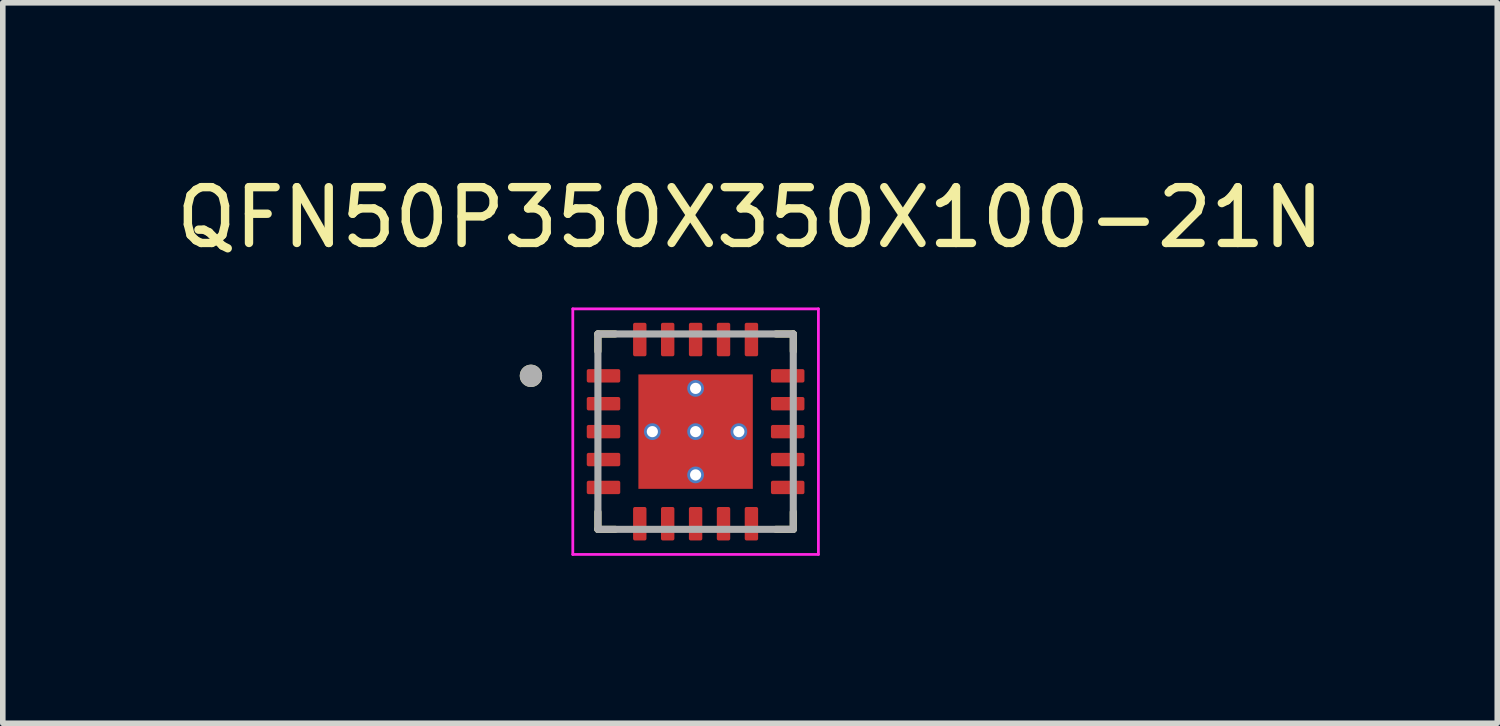
<source format=kicad_pcb>
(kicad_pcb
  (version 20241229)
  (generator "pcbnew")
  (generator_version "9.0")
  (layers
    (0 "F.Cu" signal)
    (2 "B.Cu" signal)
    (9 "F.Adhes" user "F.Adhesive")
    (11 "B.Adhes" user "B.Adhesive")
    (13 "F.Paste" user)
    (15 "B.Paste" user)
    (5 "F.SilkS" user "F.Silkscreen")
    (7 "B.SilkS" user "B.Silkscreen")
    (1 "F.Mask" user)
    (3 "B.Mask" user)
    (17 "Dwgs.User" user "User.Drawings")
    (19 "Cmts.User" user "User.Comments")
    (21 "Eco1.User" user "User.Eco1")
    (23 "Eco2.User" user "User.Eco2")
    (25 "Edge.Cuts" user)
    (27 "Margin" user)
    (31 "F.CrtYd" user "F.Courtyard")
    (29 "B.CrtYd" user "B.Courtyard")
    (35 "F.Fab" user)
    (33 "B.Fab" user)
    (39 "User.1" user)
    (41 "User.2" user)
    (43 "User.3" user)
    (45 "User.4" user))
  (footprint "QFN50P350X350X100-21N"
    (layer "F.Cu")
    (at 9.412 4.683)
    (property "Reference" "QFN50P350X350X100-21N" (at 0.975 -3.835 0) (layer "F.SilkS") (effects (font (size 1 1) (thickness 0.15))))
    (attr smd)
    (fp_poly (pts (xy -1.095 -1.095) (xy 1.095 -1.095) (xy 1.095 1.095) (xy -1.095 1.095)) (stroke (width 0.01) (type solid)) (fill yes) (layer "F.Mask"))
    (fp_poly (pts (xy -2.02 -0.86) (xy -2.02 -1.14) (xy -2.02 -1.143) (xy -2.02 -1.145) (xy -2.019 -1.148) (xy -2.019 -1.15) (xy -2.018 -1.153) (xy -2.018 -1.155) (xy -2.017 -1.158) (xy -2.016 -1.16) (xy -2.015 -1.163) (xy -2.013 -1.165) (xy -2.012 -1.167) (xy -2.01 -1.169) (xy -2.009 -1.171) (xy -2.007 -1.173) (xy -2.005 -1.175) (xy -2.003 -1.177) (xy -2.001 -1.179) (xy -1.999 -1.18) (xy -1.997 -1.182) (xy -1.995 -1.183) (xy -1.993 -1.185) (xy -1.99 -1.186) (xy -1.988 -1.187) (xy -1.985 -1.188) (xy -1.983 -1.188) (xy -1.98 -1.189) (xy -1.978 -1.189) (xy -1.975 -1.19) (xy -1.973 -1.19) (xy -1.97 -1.19) (xy -1.33 -1.19) (xy -1.327 -1.19) (xy -1.325 -1.19) (xy -1.322 -1.189) (xy -1.32 -1.189) (xy -1.317 -1.188) (xy -1.315 -1.188) (xy -1.312 -1.187) (xy -1.31 -1.186) (xy -1.307 -1.185) (xy -1.305 -1.183) (xy -1.303 -1.182) (xy -1.301 -1.18) (xy -1.299 -1.179) (xy -1.297 -1.177) (xy -1.295 -1.175) (xy -1.293 -1.173) (xy -1.291 -1.171) (xy -1.29 -1.169) (xy -1.288 -1.167) (xy -1.287 -1.165) (xy -1.285 -1.163) (xy -1.284 -1.16) (xy -1.283 -1.158) (xy -1.282 -1.155) (xy -1.282 -1.153) (xy -1.281 -1.15) (xy -1.281 -1.148) (xy -1.28 -1.145) (xy -1.28 -1.143) (xy -1.28 -1.14) (xy -1.28 -0.86) (xy -1.28 -0.857) (xy -1.28 -0.855) (xy -1.281 -0.852) (xy -1.281 -0.85) (xy -1.282 -0.847) (xy -1.282 -0.845) (xy -1.283 -0.842) (xy -1.284 -0.84) (xy -1.285 -0.837) (xy -1.287 -0.835) (xy -1.288 -0.833) (xy -1.29 -0.831) (xy -1.291 -0.829) (xy -1.293 -0.827) (xy -1.295 -0.825) (xy -1.297 -0.823) (xy -1.299 -0.821) (xy -1.301 -0.82) (xy -1.303 -0.818) (xy -1.305 -0.817) (xy -1.307 -0.815) (xy -1.31 -0.814) (xy -1.312 -0.813) (xy -1.315 -0.812) (xy -1.317 -0.812) (xy -1.32 -0.811) (xy -1.322 -0.811) (xy -1.325 -0.81) (xy -1.327 -0.81) (xy -1.33 -0.81) (xy -1.97 -0.81) (xy -1.973 -0.81) (xy -1.975 -0.81) (xy -1.978 -0.811) (xy -1.98 -0.811) (xy -1.983 -0.812) (xy -1.985 -0.812) (xy -1.988 -0.813) (xy -1.99 -0.814) (xy -1.993 -0.815) (xy -1.995 -0.817) (xy -1.997 -0.818) (xy -1.999 -0.82) (xy -2.001 -0.821) (xy -2.003 -0.823) (xy -2.005 -0.825) (xy -2.007 -0.827) (xy -2.009 -0.829) (xy -2.01 -0.831) (xy -2.012 -0.833) (xy -2.013 -0.835) (xy -2.015 -0.837) (xy -2.016 -0.84) (xy -2.017 -0.842) (xy -2.018 -0.845) (xy -2.018 -0.847) (xy -2.019 -0.85) (xy -2.019 -0.852) (xy -2.02 -0.855) (xy -2.02 -0.857) (xy -2.02 -0.86)) (stroke (width 0.01) (type solid)) (fill yes) (layer "F.Mask"))
    (fp_poly (pts (xy -2.02 -0.36) (xy -2.02 -0.64) (xy -2.02 -0.643) (xy -2.02 -0.645) (xy -2.019 -0.648) (xy -2.019 -0.65) (xy -2.018 -0.653) (xy -2.018 -0.655) (xy -2.017 -0.658) (xy -2.016 -0.66) (xy -2.015 -0.663) (xy -2.013 -0.665) (xy -2.012 -0.667) (xy -2.01 -0.669) (xy -2.009 -0.671) (xy -2.007 -0.673) (xy -2.005 -0.675) (xy -2.003 -0.677) (xy -2.001 -0.679) (xy -1.999 -0.68) (xy -1.997 -0.682) (xy -1.995 -0.683) (xy -1.993 -0.685) (xy -1.99 -0.686) (xy -1.988 -0.687) (xy -1.985 -0.688) (xy -1.983 -0.688) (xy -1.98 -0.689) (xy -1.978 -0.689) (xy -1.975 -0.69) (xy -1.973 -0.69) (xy -1.97 -0.69) (xy -1.33 -0.69) (xy -1.327 -0.69) (xy -1.325 -0.69) (xy -1.322 -0.689) (xy -1.32 -0.689) (xy -1.317 -0.688) (xy -1.315 -0.688) (xy -1.312 -0.687) (xy -1.31 -0.686) (xy -1.307 -0.685) (xy -1.305 -0.683) (xy -1.303 -0.682) (xy -1.301 -0.68) (xy -1.299 -0.679) (xy -1.297 -0.677) (xy -1.295 -0.675) (xy -1.293 -0.673) (xy -1.291 -0.671) (xy -1.29 -0.669) (xy -1.288 -0.667) (xy -1.287 -0.665) (xy -1.285 -0.663) (xy -1.284 -0.66) (xy -1.283 -0.658) (xy -1.282 -0.655) (xy -1.282 -0.653) (xy -1.281 -0.65) (xy -1.281 -0.648) (xy -1.28 -0.645) (xy -1.28 -0.643) (xy -1.28 -0.64) (xy -1.28 -0.36) (xy -1.28 -0.357) (xy -1.28 -0.355) (xy -1.281 -0.352) (xy -1.281 -0.35) (xy -1.282 -0.347) (xy -1.282 -0.345) (xy -1.283 -0.342) (xy -1.284 -0.34) (xy -1.285 -0.337) (xy -1.287 -0.335) (xy -1.288 -0.333) (xy -1.29 -0.331) (xy -1.291 -0.329) (xy -1.293 -0.327) (xy -1.295 -0.325) (xy -1.297 -0.323) (xy -1.299 -0.321) (xy -1.301 -0.32) (xy -1.303 -0.318) (xy -1.305 -0.317) (xy -1.307 -0.315) (xy -1.31 -0.314) (xy -1.312 -0.313) (xy -1.315 -0.312) (xy -1.317 -0.312) (xy -1.32 -0.311) (xy -1.322 -0.311) (xy -1.325 -0.31) (xy -1.327 -0.31) (xy -1.33 -0.31) (xy -1.97 -0.31) (xy -1.973 -0.31) (xy -1.975 -0.31) (xy -1.978 -0.311) (xy -1.98 -0.311) (xy -1.983 -0.312) (xy -1.985 -0.312) (xy -1.988 -0.313) (xy -1.99 -0.314) (xy -1.993 -0.315) (xy -1.995 -0.317) (xy -1.997 -0.318) (xy -1.999 -0.32) (xy -2.001 -0.321) (xy -2.003 -0.323) (xy -2.005 -0.325) (xy -2.007 -0.327) (xy -2.009 -0.329) (xy -2.01 -0.331) (xy -2.012 -0.333) (xy -2.013 -0.335) (xy -2.015 -0.337) (xy -2.016 -0.34) (xy -2.017 -0.342) (xy -2.018 -0.345) (xy -2.018 -0.347) (xy -2.019 -0.35) (xy -2.019 -0.352) (xy -2.02 -0.355) (xy -2.02 -0.357) (xy -2.02 -0.36)) (stroke (width 0.01) (type solid)) (fill yes) (layer "F.Mask"))
    (fp_poly (pts (xy -2.02 0.14) (xy -2.02 -0.14) (xy -2.02 -0.143) (xy -2.02 -0.145) (xy -2.019 -0.148) (xy -2.019 -0.15) (xy -2.018 -0.153) (xy -2.018 -0.155) (xy -2.017 -0.158) (xy -2.016 -0.16) (xy -2.015 -0.163) (xy -2.013 -0.165) (xy -2.012 -0.167) (xy -2.01 -0.169) (xy -2.009 -0.171) (xy -2.007 -0.173) (xy -2.005 -0.175) (xy -2.003 -0.177) (xy -2.001 -0.179) (xy -1.999 -0.18) (xy -1.997 -0.182) (xy -1.995 -0.183) (xy -1.993 -0.185) (xy -1.99 -0.186) (xy -1.988 -0.187) (xy -1.985 -0.188) (xy -1.983 -0.188) (xy -1.98 -0.189) (xy -1.978 -0.189) (xy -1.975 -0.19) (xy -1.973 -0.19) (xy -1.97 -0.19) (xy -1.33 -0.19) (xy -1.327 -0.19) (xy -1.325 -0.19) (xy -1.322 -0.189) (xy -1.32 -0.189) (xy -1.317 -0.188) (xy -1.315 -0.188) (xy -1.312 -0.187) (xy -1.31 -0.186) (xy -1.307 -0.185) (xy -1.305 -0.183) (xy -1.303 -0.182) (xy -1.301 -0.18) (xy -1.299 -0.179) (xy -1.297 -0.177) (xy -1.295 -0.175) (xy -1.293 -0.173) (xy -1.291 -0.171) (xy -1.29 -0.169) (xy -1.288 -0.167) (xy -1.287 -0.165) (xy -1.285 -0.163) (xy -1.284 -0.16) (xy -1.283 -0.158) (xy -1.282 -0.155) (xy -1.282 -0.153) (xy -1.281 -0.15) (xy -1.281 -0.148) (xy -1.28 -0.145) (xy -1.28 -0.143) (xy -1.28 -0.14) (xy -1.28 0.14) (xy -1.28 0.143) (xy -1.28 0.145) (xy -1.281 0.148) (xy -1.281 0.15) (xy -1.282 0.153) (xy -1.282 0.155) (xy -1.283 0.158) (xy -1.284 0.16) (xy -1.285 0.163) (xy -1.287 0.165) (xy -1.288 0.167) (xy -1.29 0.169) (xy -1.291 0.171) (xy -1.293 0.173) (xy -1.295 0.175) (xy -1.297 0.177) (xy -1.299 0.179) (xy -1.301 0.18) (xy -1.303 0.182) (xy -1.305 0.183) (xy -1.307 0.185) (xy -1.31 0.186) (xy -1.312 0.187) (xy -1.315 0.188) (xy -1.317 0.188) (xy -1.32 0.189) (xy -1.322 0.189) (xy -1.325 0.19) (xy -1.327 0.19) (xy -1.33 0.19) (xy -1.97 0.19) (xy -1.973 0.19) (xy -1.975 0.19) (xy -1.978 0.189) (xy -1.98 0.189) (xy -1.983 0.188) (xy -1.985 0.188) (xy -1.988 0.187) (xy -1.99 0.186) (xy -1.993 0.185) (xy -1.995 0.183) (xy -1.997 0.182) (xy -1.999 0.18) (xy -2.001 0.179) (xy -2.003 0.177) (xy -2.005 0.175) (xy -2.007 0.173) (xy -2.009 0.171) (xy -2.01 0.169) (xy -2.012 0.167) (xy -2.013 0.165) (xy -2.015 0.163) (xy -2.016 0.16) (xy -2.017 0.158) (xy -2.018 0.155) (xy -2.018 0.153) (xy -2.019 0.15) (xy -2.019 0.148) (xy -2.02 0.145) (xy -2.02 0.143) (xy -2.02 0.14)) (stroke (width 0.01) (type solid)) (fill yes) (layer "F.Mask"))
    (fp_poly (pts (xy -2.02 0.64) (xy -2.02 0.36) (xy -2.02 0.357) (xy -2.02 0.355) (xy -2.019 0.352) (xy -2.019 0.35) (xy -2.018 0.347) (xy -2.018 0.345) (xy -2.017 0.342) (xy -2.016 0.34) (xy -2.015 0.337) (xy -2.013 0.335) (xy -2.012 0.333) (xy -2.01 0.331) (xy -2.009 0.329) (xy -2.007 0.327) (xy -2.005 0.325) (xy -2.003 0.323) (xy -2.001 0.321) (xy -1.999 0.32) (xy -1.997 0.318) (xy -1.995 0.317) (xy -1.993 0.315) (xy -1.99 0.314) (xy -1.988 0.313) (xy -1.985 0.312) (xy -1.983 0.312) (xy -1.98 0.311) (xy -1.978 0.311) (xy -1.975 0.31) (xy -1.973 0.31) (xy -1.97 0.31) (xy -1.33 0.31) (xy -1.327 0.31) (xy -1.325 0.31) (xy -1.322 0.311) (xy -1.32 0.311) (xy -1.317 0.312) (xy -1.315 0.312) (xy -1.312 0.313) (xy -1.31 0.314) (xy -1.307 0.315) (xy -1.305 0.317) (xy -1.303 0.318) (xy -1.301 0.32) (xy -1.299 0.321) (xy -1.297 0.323) (xy -1.295 0.325) (xy -1.293 0.327) (xy -1.291 0.329) (xy -1.29 0.331) (xy -1.288 0.333) (xy -1.287 0.335) (xy -1.285 0.337) (xy -1.284 0.34) (xy -1.283 0.342) (xy -1.282 0.345) (xy -1.282 0.347) (xy -1.281 0.35) (xy -1.281 0.352) (xy -1.28 0.355) (xy -1.28 0.357) (xy -1.28 0.36) (xy -1.28 0.64) (xy -1.28 0.643) (xy -1.28 0.645) (xy -1.281 0.648) (xy -1.281 0.65) (xy -1.282 0.653) (xy -1.282 0.655) (xy -1.283 0.658) (xy -1.284 0.66) (xy -1.285 0.663) (xy -1.287 0.665) (xy -1.288 0.667) (xy -1.29 0.669) (xy -1.291 0.671) (xy -1.293 0.673) (xy -1.295 0.675) (xy -1.297 0.677) (xy -1.299 0.679) (xy -1.301 0.68) (xy -1.303 0.682) (xy -1.305 0.683) (xy -1.307 0.685) (xy -1.31 0.686) (xy -1.312 0.687) (xy -1.315 0.688) (xy -1.317 0.688) (xy -1.32 0.689) (xy -1.322 0.689) (xy -1.325 0.69) (xy -1.327 0.69) (xy -1.33 0.69) (xy -1.97 0.69) (xy -1.973 0.69) (xy -1.975 0.69) (xy -1.978 0.689) (xy -1.98 0.689) (xy -1.983 0.688) (xy -1.985 0.688) (xy -1.988 0.687) (xy -1.99 0.686) (xy -1.993 0.685) (xy -1.995 0.683) (xy -1.997 0.682) (xy -1.999 0.68) (xy -2.001 0.679) (xy -2.003 0.677) (xy -2.005 0.675) (xy -2.007 0.673) (xy -2.009 0.671) (xy -2.01 0.669) (xy -2.012 0.667) (xy -2.013 0.665) (xy -2.015 0.663) (xy -2.016 0.66) (xy -2.017 0.658) (xy -2.018 0.655) (xy -2.018 0.653) (xy -2.019 0.65) (xy -2.019 0.648) (xy -2.02 0.645) (xy -2.02 0.643) (xy -2.02 0.64)) (stroke (width 0.01) (type solid)) (fill yes) (layer "F.Mask"))
    (fp_poly (pts (xy -2.02 1.14) (xy -2.02 0.86) (xy -2.02 0.857) (xy -2.02 0.855) (xy -2.019 0.852) (xy -2.019 0.85) (xy -2.018 0.847) (xy -2.018 0.845) (xy -2.017 0.842) (xy -2.016 0.84) (xy -2.015 0.837) (xy -2.013 0.835) (xy -2.012 0.833) (xy -2.01 0.831) (xy -2.009 0.829) (xy -2.007 0.827) (xy -2.005 0.825) (xy -2.003 0.823) (xy -2.001 0.821) (xy -1.999 0.82) (xy -1.997 0.818) (xy -1.995 0.817) (xy -1.993 0.815) (xy -1.99 0.814) (xy -1.988 0.813) (xy -1.985 0.812) (xy -1.983 0.812) (xy -1.98 0.811) (xy -1.978 0.811) (xy -1.975 0.81) (xy -1.973 0.81) (xy -1.97 0.81) (xy -1.33 0.81) (xy -1.327 0.81) (xy -1.325 0.81) (xy -1.322 0.811) (xy -1.32 0.811) (xy -1.317 0.812) (xy -1.315 0.812) (xy -1.312 0.813) (xy -1.31 0.814) (xy -1.307 0.815) (xy -1.305 0.817) (xy -1.303 0.818) (xy -1.301 0.82) (xy -1.299 0.821) (xy -1.297 0.823) (xy -1.295 0.825) (xy -1.293 0.827) (xy -1.291 0.829) (xy -1.29 0.831) (xy -1.288 0.833) (xy -1.287 0.835) (xy -1.285 0.837) (xy -1.284 0.84) (xy -1.283 0.842) (xy -1.282 0.845) (xy -1.282 0.847) (xy -1.281 0.85) (xy -1.281 0.852) (xy -1.28 0.855) (xy -1.28 0.857) (xy -1.28 0.86) (xy -1.28 1.14) (xy -1.28 1.143) (xy -1.28 1.145) (xy -1.281 1.148) (xy -1.281 1.15) (xy -1.282 1.153) (xy -1.282 1.155) (xy -1.283 1.158) (xy -1.284 1.16) (xy -1.285 1.163) (xy -1.287 1.165) (xy -1.288 1.167) (xy -1.29 1.169) (xy -1.291 1.171) (xy -1.293 1.173) (xy -1.295 1.175) (xy -1.297 1.177) (xy -1.299 1.179) (xy -1.301 1.18) (xy -1.303 1.182) (xy -1.305 1.183) (xy -1.307 1.185) (xy -1.31 1.186) (xy -1.312 1.187) (xy -1.315 1.188) (xy -1.317 1.188) (xy -1.32 1.189) (xy -1.322 1.189) (xy -1.325 1.19) (xy -1.327 1.19) (xy -1.33 1.19) (xy -1.97 1.19) (xy -1.973 1.19) (xy -1.975 1.19) (xy -1.978 1.189) (xy -1.98 1.189) (xy -1.983 1.188) (xy -1.985 1.188) (xy -1.988 1.187) (xy -1.99 1.186) (xy -1.993 1.185) (xy -1.995 1.183) (xy -1.997 1.182) (xy -1.999 1.18) (xy -2.001 1.179) (xy -2.003 1.177) (xy -2.005 1.175) (xy -2.007 1.173) (xy -2.009 1.171) (xy -2.01 1.169) (xy -2.012 1.167) (xy -2.013 1.165) (xy -2.015 1.163) (xy -2.016 1.16) (xy -2.017 1.158) (xy -2.018 1.155) (xy -2.018 1.153) (xy -2.019 1.15) (xy -2.019 1.148) (xy -2.02 1.145) (xy -2.02 1.143) (xy -2.02 1.14)) (stroke (width 0.01) (type solid)) (fill yes) (layer "F.Mask"))
    (fp_poly (pts (xy -0.81 -1.97) (xy -0.81 -1.33) (xy -0.81 -1.327) (xy -0.81 -1.325) (xy -0.811 -1.322) (xy -0.811 -1.32) (xy -0.812 -1.317) (xy -0.812 -1.315) (xy -0.813 -1.312) (xy -0.814 -1.31) (xy -0.815 -1.307) (xy -0.817 -1.305) (xy -0.818 -1.303) (xy -0.82 -1.301) (xy -0.821 -1.299) (xy -0.823 -1.297) (xy -0.825 -1.295) (xy -0.827 -1.293) (xy -0.829 -1.291) (xy -0.831 -1.29) (xy -0.833 -1.288) (xy -0.835 -1.287) (xy -0.837 -1.285) (xy -0.84 -1.284) (xy -0.842 -1.283) (xy -0.845 -1.282) (xy -0.847 -1.282) (xy -0.85 -1.281) (xy -0.852 -1.281) (xy -0.855 -1.28) (xy -0.857 -1.28) (xy -0.86 -1.28) (xy -1.14 -1.28) (xy -1.143 -1.28) (xy -1.145 -1.28) (xy -1.148 -1.281) (xy -1.15 -1.281) (xy -1.153 -1.282) (xy -1.155 -1.282) (xy -1.158 -1.283) (xy -1.16 -1.284) (xy -1.163 -1.285) (xy -1.165 -1.287) (xy -1.167 -1.288) (xy -1.169 -1.29) (xy -1.171 -1.291) (xy -1.173 -1.293) (xy -1.175 -1.295) (xy -1.177 -1.297) (xy -1.179 -1.299) (xy -1.18 -1.301) (xy -1.182 -1.303) (xy -1.183 -1.305) (xy -1.185 -1.307) (xy -1.186 -1.31) (xy -1.187 -1.312) (xy -1.188 -1.315) (xy -1.188 -1.317) (xy -1.189 -1.32) (xy -1.189 -1.322) (xy -1.19 -1.325) (xy -1.19 -1.327) (xy -1.19 -1.33) (xy -1.19 -1.97) (xy -1.19 -1.973) (xy -1.19 -1.975) (xy -1.189 -1.978) (xy -1.189 -1.98) (xy -1.188 -1.983) (xy -1.188 -1.985) (xy -1.187 -1.988) (xy -1.186 -1.99) (xy -1.185 -1.993) (xy -1.183 -1.995) (xy -1.182 -1.997) (xy -1.18 -1.999) (xy -1.179 -2.001) (xy -1.177 -2.003) (xy -1.175 -2.005) (xy -1.173 -2.007) (xy -1.171 -2.009) (xy -1.169 -2.01) (xy -1.167 -2.012) (xy -1.165 -2.013) (xy -1.163 -2.015) (xy -1.16 -2.016) (xy -1.158 -2.017) (xy -1.155 -2.018) (xy -1.153 -2.018) (xy -1.15 -2.019) (xy -1.148 -2.019) (xy -1.145 -2.02) (xy -1.143 -2.02) (xy -1.14 -2.02) (xy -0.86 -2.02) (xy -0.857 -2.02) (xy -0.855 -2.02) (xy -0.852 -2.019) (xy -0.85 -2.019) (xy -0.847 -2.018) (xy -0.845 -2.018) (xy -0.842 -2.017) (xy -0.84 -2.016) (xy -0.837 -2.015) (xy -0.835 -2.013) (xy -0.833 -2.012) (xy -0.831 -2.01) (xy -0.829 -2.009) (xy -0.827 -2.007) (xy -0.825 -2.005) (xy -0.823 -2.003) (xy -0.821 -2.001) (xy -0.82 -1.999) (xy -0.818 -1.997) (xy -0.817 -1.995) (xy -0.815 -1.993) (xy -0.814 -1.99) (xy -0.813 -1.988) (xy -0.812 -1.985) (xy -0.812 -1.983) (xy -0.811 -1.98) (xy -0.811 -1.978) (xy -0.81 -1.975) (xy -0.81 -1.973) (xy -0.81 -1.97)) (stroke (width 0.01) (type solid)) (fill yes) (layer "F.Mask"))
    (fp_poly (pts (xy -0.81 1.33) (xy -0.81 1.97) (xy -0.81 1.973) (xy -0.81 1.975) (xy -0.811 1.978) (xy -0.811 1.98) (xy -0.812 1.983) (xy -0.812 1.985) (xy -0.813 1.988) (xy -0.814 1.99) (xy -0.815 1.993) (xy -0.817 1.995) (xy -0.818 1.997) (xy -0.82 1.999) (xy -0.821 2.001) (xy -0.823 2.003) (xy -0.825 2.005) (xy -0.827 2.007) (xy -0.829 2.009) (xy -0.831 2.01) (xy -0.833 2.012) (xy -0.835 2.013) (xy -0.837 2.015) (xy -0.84 2.016) (xy -0.842 2.017) (xy -0.845 2.018) (xy -0.847 2.018) (xy -0.85 2.019) (xy -0.852 2.019) (xy -0.855 2.02) (xy -0.857 2.02) (xy -0.86 2.02) (xy -1.14 2.02) (xy -1.143 2.02) (xy -1.145 2.02) (xy -1.148 2.019) (xy -1.15 2.019) (xy -1.153 2.018) (xy -1.155 2.018) (xy -1.158 2.017) (xy -1.16 2.016) (xy -1.163 2.015) (xy -1.165 2.013) (xy -1.167 2.012) (xy -1.169 2.01) (xy -1.171 2.009) (xy -1.173 2.007) (xy -1.175 2.005) (xy -1.177 2.003) (xy -1.179 2.001) (xy -1.18 1.999) (xy -1.182 1.997) (xy -1.183 1.995) (xy -1.185 1.993) (xy -1.186 1.99) (xy -1.187 1.988) (xy -1.188 1.985) (xy -1.188 1.983) (xy -1.189 1.98) (xy -1.189 1.978) (xy -1.19 1.975) (xy -1.19 1.973) (xy -1.19 1.97) (xy -1.19 1.33) (xy -1.19 1.327) (xy -1.19 1.325) (xy -1.189 1.322) (xy -1.189 1.32) (xy -1.188 1.317) (xy -1.188 1.315) (xy -1.187 1.312) (xy -1.186 1.31) (xy -1.185 1.307) (xy -1.183 1.305) (xy -1.182 1.303) (xy -1.18 1.301) (xy -1.179 1.299) (xy -1.177 1.297) (xy -1.175 1.295) (xy -1.173 1.293) (xy -1.171 1.291) (xy -1.169 1.29) (xy -1.167 1.288) (xy -1.165 1.287) (xy -1.163 1.285) (xy -1.16 1.284) (xy -1.158 1.283) (xy -1.155 1.282) (xy -1.153 1.282) (xy -1.15 1.281) (xy -1.148 1.281) (xy -1.145 1.28) (xy -1.143 1.28) (xy -1.14 1.28) (xy -0.86 1.28) (xy -0.857 1.28) (xy -0.855 1.28) (xy -0.852 1.281) (xy -0.85 1.281) (xy -0.847 1.282) (xy -0.845 1.282) (xy -0.842 1.283) (xy -0.84 1.284) (xy -0.837 1.285) (xy -0.835 1.287) (xy -0.833 1.288) (xy -0.831 1.29) (xy -0.829 1.291) (xy -0.827 1.293) (xy -0.825 1.295) (xy -0.823 1.297) (xy -0.821 1.299) (xy -0.82 1.301) (xy -0.818 1.303) (xy -0.817 1.305) (xy -0.815 1.307) (xy -0.814 1.31) (xy -0.813 1.312) (xy -0.812 1.315) (xy -0.812 1.317) (xy -0.811 1.32) (xy -0.811 1.322) (xy -0.81 1.325) (xy -0.81 1.327) (xy -0.81 1.33)) (stroke (width 0.01) (type solid)) (fill yes) (layer "F.Mask"))
    (fp_poly (pts (xy -0.31 -1.97) (xy -0.31 -1.33) (xy -0.31 -1.327) (xy -0.31 -1.325) (xy -0.311 -1.322) (xy -0.311 -1.32) (xy -0.312 -1.317) (xy -0.312 -1.315) (xy -0.313 -1.312) (xy -0.314 -1.31) (xy -0.315 -1.307) (xy -0.317 -1.305) (xy -0.318 -1.303) (xy -0.32 -1.301) (xy -0.321 -1.299) (xy -0.323 -1.297) (xy -0.325 -1.295) (xy -0.327 -1.293) (xy -0.329 -1.291) (xy -0.331 -1.29) (xy -0.333 -1.288) (xy -0.335 -1.287) (xy -0.337 -1.285) (xy -0.34 -1.284) (xy -0.342 -1.283) (xy -0.345 -1.282) (xy -0.347 -1.282) (xy -0.35 -1.281) (xy -0.352 -1.281) (xy -0.355 -1.28) (xy -0.357 -1.28) (xy -0.36 -1.28) (xy -0.64 -1.28) (xy -0.643 -1.28) (xy -0.645 -1.28) (xy -0.648 -1.281) (xy -0.65 -1.281) (xy -0.653 -1.282) (xy -0.655 -1.282) (xy -0.658 -1.283) (xy -0.66 -1.284) (xy -0.663 -1.285) (xy -0.665 -1.287) (xy -0.667 -1.288) (xy -0.669 -1.29) (xy -0.671 -1.291) (xy -0.673 -1.293) (xy -0.675 -1.295) (xy -0.677 -1.297) (xy -0.679 -1.299) (xy -0.68 -1.301) (xy -0.682 -1.303) (xy -0.683 -1.305) (xy -0.685 -1.307) (xy -0.686 -1.31) (xy -0.687 -1.312) (xy -0.688 -1.315) (xy -0.688 -1.317) (xy -0.689 -1.32) (xy -0.689 -1.322) (xy -0.69 -1.325) (xy -0.69 -1.327) (xy -0.69 -1.33) (xy -0.69 -1.97) (xy -0.69 -1.973) (xy -0.69 -1.975) (xy -0.689 -1.978) (xy -0.689 -1.98) (xy -0.688 -1.983) (xy -0.688 -1.985) (xy -0.687 -1.988) (xy -0.686 -1.99) (xy -0.685 -1.993) (xy -0.683 -1.995) (xy -0.682 -1.997) (xy -0.68 -1.999) (xy -0.679 -2.001) (xy -0.677 -2.003) (xy -0.675 -2.005) (xy -0.673 -2.007) (xy -0.671 -2.009) (xy -0.669 -2.01) (xy -0.667 -2.012) (xy -0.665 -2.013) (xy -0.663 -2.015) (xy -0.66 -2.016) (xy -0.658 -2.017) (xy -0.655 -2.018) (xy -0.653 -2.018) (xy -0.65 -2.019) (xy -0.648 -2.019) (xy -0.645 -2.02) (xy -0.643 -2.02) (xy -0.64 -2.02) (xy -0.36 -2.02) (xy -0.357 -2.02) (xy -0.355 -2.02) (xy -0.352 -2.019) (xy -0.35 -2.019) (xy -0.347 -2.018) (xy -0.345 -2.018) (xy -0.342 -2.017) (xy -0.34 -2.016) (xy -0.337 -2.015) (xy -0.335 -2.013) (xy -0.333 -2.012) (xy -0.331 -2.01) (xy -0.329 -2.009) (xy -0.327 -2.007) (xy -0.325 -2.005) (xy -0.323 -2.003) (xy -0.321 -2.001) (xy -0.32 -1.999) (xy -0.318 -1.997) (xy -0.317 -1.995) (xy -0.315 -1.993) (xy -0.314 -1.99) (xy -0.313 -1.988) (xy -0.312 -1.985) (xy -0.312 -1.983) (xy -0.311 -1.98) (xy -0.311 -1.978) (xy -0.31 -1.975) (xy -0.31 -1.973) (xy -0.31 -1.97)) (stroke (width 0.01) (type solid)) (fill yes) (layer "F.Mask"))
    (fp_poly (pts (xy -0.31 1.33) (xy -0.31 1.97) (xy -0.31 1.973) (xy -0.31 1.975) (xy -0.311 1.978) (xy -0.311 1.98) (xy -0.312 1.983) (xy -0.312 1.985) (xy -0.313 1.988) (xy -0.314 1.99) (xy -0.315 1.993) (xy -0.317 1.995) (xy -0.318 1.997) (xy -0.32 1.999) (xy -0.321 2.001) (xy -0.323 2.003) (xy -0.325 2.005) (xy -0.327 2.007) (xy -0.329 2.009) (xy -0.331 2.01) (xy -0.333 2.012) (xy -0.335 2.013) (xy -0.337 2.015) (xy -0.34 2.016) (xy -0.342 2.017) (xy -0.345 2.018) (xy -0.347 2.018) (xy -0.35 2.019) (xy -0.352 2.019) (xy -0.355 2.02) (xy -0.357 2.02) (xy -0.36 2.02) (xy -0.64 2.02) (xy -0.643 2.02) (xy -0.645 2.02) (xy -0.648 2.019) (xy -0.65 2.019) (xy -0.653 2.018) (xy -0.655 2.018) (xy -0.658 2.017) (xy -0.66 2.016) (xy -0.663 2.015) (xy -0.665 2.013) (xy -0.667 2.012) (xy -0.669 2.01) (xy -0.671 2.009) (xy -0.673 2.007) (xy -0.675 2.005) (xy -0.677 2.003) (xy -0.679 2.001) (xy -0.68 1.999) (xy -0.682 1.997) (xy -0.683 1.995) (xy -0.685 1.993) (xy -0.686 1.99) (xy -0.687 1.988) (xy -0.688 1.985) (xy -0.688 1.983) (xy -0.689 1.98) (xy -0.689 1.978) (xy -0.69 1.975) (xy -0.69 1.973) (xy -0.69 1.97) (xy -0.69 1.33) (xy -0.69 1.327) (xy -0.69 1.325) (xy -0.689 1.322) (xy -0.689 1.32) (xy -0.688 1.317) (xy -0.688 1.315) (xy -0.687 1.312) (xy -0.686 1.31) (xy -0.685 1.307) (xy -0.683 1.305) (xy -0.682 1.303) (xy -0.68 1.301) (xy -0.679 1.299) (xy -0.677 1.297) (xy -0.675 1.295) (xy -0.673 1.293) (xy -0.671 1.291) (xy -0.669 1.29) (xy -0.667 1.288) (xy -0.665 1.287) (xy -0.663 1.285) (xy -0.66 1.284) (xy -0.658 1.283) (xy -0.655 1.282) (xy -0.653 1.282) (xy -0.65 1.281) (xy -0.648 1.281) (xy -0.645 1.28) (xy -0.643 1.28) (xy -0.64 1.28) (xy -0.36 1.28) (xy -0.357 1.28) (xy -0.355 1.28) (xy -0.352 1.281) (xy -0.35 1.281) (xy -0.347 1.282) (xy -0.345 1.282) (xy -0.342 1.283) (xy -0.34 1.284) (xy -0.337 1.285) (xy -0.335 1.287) (xy -0.333 1.288) (xy -0.331 1.29) (xy -0.329 1.291) (xy -0.327 1.293) (xy -0.325 1.295) (xy -0.323 1.297) (xy -0.321 1.299) (xy -0.32 1.301) (xy -0.318 1.303) (xy -0.317 1.305) (xy -0.315 1.307) (xy -0.314 1.31) (xy -0.313 1.312) (xy -0.312 1.315) (xy -0.312 1.317) (xy -0.311 1.32) (xy -0.311 1.322) (xy -0.31 1.325) (xy -0.31 1.327) (xy -0.31 1.33)) (stroke (width 0.01) (type solid)) (fill yes) (layer "F.Mask"))
    (fp_poly (pts (xy 0.19 -1.97) (xy 0.19 -1.33) (xy 0.19 -1.327) (xy 0.19 -1.325) (xy 0.189 -1.322) (xy 0.189 -1.32) (xy 0.188 -1.317) (xy 0.188 -1.315) (xy 0.187 -1.312) (xy 0.186 -1.31) (xy 0.185 -1.307) (xy 0.183 -1.305) (xy 0.182 -1.303) (xy 0.18 -1.301) (xy 0.179 -1.299) (xy 0.177 -1.297) (xy 0.175 -1.295) (xy 0.173 -1.293) (xy 0.171 -1.291) (xy 0.169 -1.29) (xy 0.167 -1.288) (xy 0.165 -1.287) (xy 0.163 -1.285) (xy 0.16 -1.284) (xy 0.158 -1.283) (xy 0.155 -1.282) (xy 0.153 -1.282) (xy 0.15 -1.281) (xy 0.148 -1.281) (xy 0.145 -1.28) (xy 0.143 -1.28) (xy 0.14 -1.28) (xy -0.14 -1.28) (xy -0.143 -1.28) (xy -0.145 -1.28) (xy -0.148 -1.281) (xy -0.15 -1.281) (xy -0.153 -1.282) (xy -0.155 -1.282) (xy -0.158 -1.283) (xy -0.16 -1.284) (xy -0.163 -1.285) (xy -0.165 -1.287) (xy -0.167 -1.288) (xy -0.169 -1.29) (xy -0.171 -1.291) (xy -0.173 -1.293) (xy -0.175 -1.295) (xy -0.177 -1.297) (xy -0.179 -1.299) (xy -0.18 -1.301) (xy -0.182 -1.303) (xy -0.183 -1.305) (xy -0.185 -1.307) (xy -0.186 -1.31) (xy -0.187 -1.312) (xy -0.188 -1.315) (xy -0.188 -1.317) (xy -0.189 -1.32) (xy -0.189 -1.322) (xy -0.19 -1.325) (xy -0.19 -1.327) (xy -0.19 -1.33) (xy -0.19 -1.97) (xy -0.19 -1.973) (xy -0.19 -1.975) (xy -0.189 -1.978) (xy -0.189 -1.98) (xy -0.188 -1.983) (xy -0.188 -1.985) (xy -0.187 -1.988) (xy -0.186 -1.99) (xy -0.185 -1.993) (xy -0.183 -1.995) (xy -0.182 -1.997) (xy -0.18 -1.999) (xy -0.179 -2.001) (xy -0.177 -2.003) (xy -0.175 -2.005) (xy -0.173 -2.007) (xy -0.171 -2.009) (xy -0.169 -2.01) (xy -0.167 -2.012) (xy -0.165 -2.013) (xy -0.163 -2.015) (xy -0.16 -2.016) (xy -0.158 -2.017) (xy -0.155 -2.018) (xy -0.153 -2.018) (xy -0.15 -2.019) (xy -0.148 -2.019) (xy -0.145 -2.02) (xy -0.143 -2.02) (xy -0.14 -2.02) (xy 0.14 -2.02) (xy 0.143 -2.02) (xy 0.145 -2.02) (xy 0.148 -2.019) (xy 0.15 -2.019) (xy 0.153 -2.018) (xy 0.155 -2.018) (xy 0.158 -2.017) (xy 0.16 -2.016) (xy 0.163 -2.015) (xy 0.165 -2.013) (xy 0.167 -2.012) (xy 0.169 -2.01) (xy 0.171 -2.009) (xy 0.173 -2.007) (xy 0.175 -2.005) (xy 0.177 -2.003) (xy 0.179 -2.001) (xy 0.18 -1.999) (xy 0.182 -1.997) (xy 0.183 -1.995) (xy 0.185 -1.993) (xy 0.186 -1.99) (xy 0.187 -1.988) (xy 0.188 -1.985) (xy 0.188 -1.983) (xy 0.189 -1.98) (xy 0.189 -1.978) (xy 0.19 -1.975) (xy 0.19 -1.973) (xy 0.19 -1.97)) (stroke (width 0.01) (type solid)) (fill yes) (layer "F.Mask"))
    (fp_poly (pts (xy 0.19 1.33) (xy 0.19 1.97) (xy 0.19 1.973) (xy 0.19 1.975) (xy 0.189 1.978) (xy 0.189 1.98) (xy 0.188 1.983) (xy 0.188 1.985) (xy 0.187 1.988) (xy 0.186 1.99) (xy 0.185 1.993) (xy 0.183 1.995) (xy 0.182 1.997) (xy 0.18 1.999) (xy 0.179 2.001) (xy 0.177 2.003) (xy 0.175 2.005) (xy 0.173 2.007) (xy 0.171 2.009) (xy 0.169 2.01) (xy 0.167 2.012) (xy 0.165 2.013) (xy 0.163 2.015) (xy 0.16 2.016) (xy 0.158 2.017) (xy 0.155 2.018) (xy 0.153 2.018) (xy 0.15 2.019) (xy 0.148 2.019) (xy 0.145 2.02) (xy 0.143 2.02) (xy 0.14 2.02) (xy -0.14 2.02) (xy -0.143 2.02) (xy -0.145 2.02) (xy -0.148 2.019) (xy -0.15 2.019) (xy -0.153 2.018) (xy -0.155 2.018) (xy -0.158 2.017) (xy -0.16 2.016) (xy -0.163 2.015) (xy -0.165 2.013) (xy -0.167 2.012) (xy -0.169 2.01) (xy -0.171 2.009) (xy -0.173 2.007) (xy -0.175 2.005) (xy -0.177 2.003) (xy -0.179 2.001) (xy -0.18 1.999) (xy -0.182 1.997) (xy -0.183 1.995) (xy -0.185 1.993) (xy -0.186 1.99) (xy -0.187 1.988) (xy -0.188 1.985) (xy -0.188 1.983) (xy -0.189 1.98) (xy -0.189 1.978) (xy -0.19 1.975) (xy -0.19 1.973) (xy -0.19 1.97) (xy -0.19 1.33) (xy -0.19 1.327) (xy -0.19 1.325) (xy -0.189 1.322) (xy -0.189 1.32) (xy -0.188 1.317) (xy -0.188 1.315) (xy -0.187 1.312) (xy -0.186 1.31) (xy -0.185 1.307) (xy -0.183 1.305) (xy -0.182 1.303) (xy -0.18 1.301) (xy -0.179 1.299) (xy -0.177 1.297) (xy -0.175 1.295) (xy -0.173 1.293) (xy -0.171 1.291) (xy -0.169 1.29) (xy -0.167 1.288) (xy -0.165 1.287) (xy -0.163 1.285) (xy -0.16 1.284) (xy -0.158 1.283) (xy -0.155 1.282) (xy -0.153 1.282) (xy -0.15 1.281) (xy -0.148 1.281) (xy -0.145 1.28) (xy -0.143 1.28) (xy -0.14 1.28) (xy 0.14 1.28) (xy 0.143 1.28) (xy 0.145 1.28) (xy 0.148 1.281) (xy 0.15 1.281) (xy 0.153 1.282) (xy 0.155 1.282) (xy 0.158 1.283) (xy 0.16 1.284) (xy 0.163 1.285) (xy 0.165 1.287) (xy 0.167 1.288) (xy 0.169 1.29) (xy 0.171 1.291) (xy 0.173 1.293) (xy 0.175 1.295) (xy 0.177 1.297) (xy 0.179 1.299) (xy 0.18 1.301) (xy 0.182 1.303) (xy 0.183 1.305) (xy 0.185 1.307) (xy 0.186 1.31) (xy 0.187 1.312) (xy 0.188 1.315) (xy 0.188 1.317) (xy 0.189 1.32) (xy 0.189 1.322) (xy 0.19 1.325) (xy 0.19 1.327) (xy 0.19 1.33)) (stroke (width 0.01) (type solid)) (fill yes) (layer "F.Mask"))
    (fp_poly (pts (xy 0.69 -1.97) (xy 0.69 -1.33) (xy 0.69 -1.327) (xy 0.69 -1.325) (xy 0.689 -1.322) (xy 0.689 -1.32) (xy 0.688 -1.317) (xy 0.688 -1.315) (xy 0.687 -1.312) (xy 0.686 -1.31) (xy 0.685 -1.307) (xy 0.683 -1.305) (xy 0.682 -1.303) (xy 0.68 -1.301) (xy 0.679 -1.299) (xy 0.677 -1.297) (xy 0.675 -1.295) (xy 0.673 -1.293) (xy 0.671 -1.291) (xy 0.669 -1.29) (xy 0.667 -1.288) (xy 0.665 -1.287) (xy 0.663 -1.285) (xy 0.66 -1.284) (xy 0.658 -1.283) (xy 0.655 -1.282) (xy 0.653 -1.282) (xy 0.65 -1.281) (xy 0.648 -1.281) (xy 0.645 -1.28) (xy 0.643 -1.28) (xy 0.64 -1.28) (xy 0.36 -1.28) (xy 0.357 -1.28) (xy 0.355 -1.28) (xy 0.352 -1.281) (xy 0.35 -1.281) (xy 0.347 -1.282) (xy 0.345 -1.282) (xy 0.342 -1.283) (xy 0.34 -1.284) (xy 0.337 -1.285) (xy 0.335 -1.287) (xy 0.333 -1.288) (xy 0.331 -1.29) (xy 0.329 -1.291) (xy 0.327 -1.293) (xy 0.325 -1.295) (xy 0.323 -1.297) (xy 0.321 -1.299) (xy 0.32 -1.301) (xy 0.318 -1.303) (xy 0.317 -1.305) (xy 0.315 -1.307) (xy 0.314 -1.31) (xy 0.313 -1.312) (xy 0.312 -1.315) (xy 0.312 -1.317) (xy 0.311 -1.32) (xy 0.311 -1.322) (xy 0.31 -1.325) (xy 0.31 -1.327) (xy 0.31 -1.33) (xy 0.31 -1.97) (xy 0.31 -1.973) (xy 0.31 -1.975) (xy 0.311 -1.978) (xy 0.311 -1.98) (xy 0.312 -1.983) (xy 0.312 -1.985) (xy 0.313 -1.988) (xy 0.314 -1.99) (xy 0.315 -1.993) (xy 0.317 -1.995) (xy 0.318 -1.997) (xy 0.32 -1.999) (xy 0.321 -2.001) (xy 0.323 -2.003) (xy 0.325 -2.005) (xy 0.327 -2.007) (xy 0.329 -2.009) (xy 0.331 -2.01) (xy 0.333 -2.012) (xy 0.335 -2.013) (xy 0.337 -2.015) (xy 0.34 -2.016) (xy 0.342 -2.017) (xy 0.345 -2.018) (xy 0.347 -2.018) (xy 0.35 -2.019) (xy 0.352 -2.019) (xy 0.355 -2.02) (xy 0.357 -2.02) (xy 0.36 -2.02) (xy 0.64 -2.02) (xy 0.643 -2.02) (xy 0.645 -2.02) (xy 0.648 -2.019) (xy 0.65 -2.019) (xy 0.653 -2.018) (xy 0.655 -2.018) (xy 0.658 -2.017) (xy 0.66 -2.016) (xy 0.663 -2.015) (xy 0.665 -2.013) (xy 0.667 -2.012) (xy 0.669 -2.01) (xy 0.671 -2.009) (xy 0.673 -2.007) (xy 0.675 -2.005) (xy 0.677 -2.003) (xy 0.679 -2.001) (xy 0.68 -1.999) (xy 0.682 -1.997) (xy 0.683 -1.995) (xy 0.685 -1.993) (xy 0.686 -1.99) (xy 0.687 -1.988) (xy 0.688 -1.985) (xy 0.688 -1.983) (xy 0.689 -1.98) (xy 0.689 -1.978) (xy 0.69 -1.975) (xy 0.69 -1.973) (xy 0.69 -1.97)) (stroke (width 0.01) (type solid)) (fill yes) (layer "F.Mask"))
    (fp_poly (pts (xy 0.69 1.33) (xy 0.69 1.97) (xy 0.69 1.973) (xy 0.69 1.975) (xy 0.689 1.978) (xy 0.689 1.98) (xy 0.688 1.983) (xy 0.688 1.985) (xy 0.687 1.988) (xy 0.686 1.99) (xy 0.685 1.993) (xy 0.683 1.995) (xy 0.682 1.997) (xy 0.68 1.999) (xy 0.679 2.001) (xy 0.677 2.003) (xy 0.675 2.005) (xy 0.673 2.007) (xy 0.671 2.009) (xy 0.669 2.01) (xy 0.667 2.012) (xy 0.665 2.013) (xy 0.663 2.015) (xy 0.66 2.016) (xy 0.658 2.017) (xy 0.655 2.018) (xy 0.653 2.018) (xy 0.65 2.019) (xy 0.648 2.019) (xy 0.645 2.02) (xy 0.643 2.02) (xy 0.64 2.02) (xy 0.36 2.02) (xy 0.357 2.02) (xy 0.355 2.02) (xy 0.352 2.019) (xy 0.35 2.019) (xy 0.347 2.018) (xy 0.345 2.018) (xy 0.342 2.017) (xy 0.34 2.016) (xy 0.337 2.015) (xy 0.335 2.013) (xy 0.333 2.012) (xy 0.331 2.01) (xy 0.329 2.009) (xy 0.327 2.007) (xy 0.325 2.005) (xy 0.323 2.003) (xy 0.321 2.001) (xy 0.32 1.999) (xy 0.318 1.997) (xy 0.317 1.995) (xy 0.315 1.993) (xy 0.314 1.99) (xy 0.313 1.988) (xy 0.312 1.985) (xy 0.312 1.983) (xy 0.311 1.98) (xy 0.311 1.978) (xy 0.31 1.975) (xy 0.31 1.973) (xy 0.31 1.97) (xy 0.31 1.33) (xy 0.31 1.327) (xy 0.31 1.325) (xy 0.311 1.322) (xy 0.311 1.32) (xy 0.312 1.317) (xy 0.312 1.315) (xy 0.313 1.312) (xy 0.314 1.31) (xy 0.315 1.307) (xy 0.317 1.305) (xy 0.318 1.303) (xy 0.32 1.301) (xy 0.321 1.299) (xy 0.323 1.297) (xy 0.325 1.295) (xy 0.327 1.293) (xy 0.329 1.291) (xy 0.331 1.29) (xy 0.333 1.288) (xy 0.335 1.287) (xy 0.337 1.285) (xy 0.34 1.284) (xy 0.342 1.283) (xy 0.345 1.282) (xy 0.347 1.282) (xy 0.35 1.281) (xy 0.352 1.281) (xy 0.355 1.28) (xy 0.357 1.28) (xy 0.36 1.28) (xy 0.64 1.28) (xy 0.643 1.28) (xy 0.645 1.28) (xy 0.648 1.281) (xy 0.65 1.281) (xy 0.653 1.282) (xy 0.655 1.282) (xy 0.658 1.283) (xy 0.66 1.284) (xy 0.663 1.285) (xy 0.665 1.287) (xy 0.667 1.288) (xy 0.669 1.29) (xy 0.671 1.291) (xy 0.673 1.293) (xy 0.675 1.295) (xy 0.677 1.297) (xy 0.679 1.299) (xy 0.68 1.301) (xy 0.682 1.303) (xy 0.683 1.305) (xy 0.685 1.307) (xy 0.686 1.31) (xy 0.687 1.312) (xy 0.688 1.315) (xy 0.688 1.317) (xy 0.689 1.32) (xy 0.689 1.322) (xy 0.69 1.325) (xy 0.69 1.327) (xy 0.69 1.33)) (stroke (width 0.01) (type solid)) (fill yes) (layer "F.Mask"))
    (fp_poly (pts (xy 1.19 -1.97) (xy 1.19 -1.33) (xy 1.19 -1.327) (xy 1.19 -1.325) (xy 1.189 -1.322) (xy 1.189 -1.32) (xy 1.188 -1.317) (xy 1.188 -1.315) (xy 1.187 -1.312) (xy 1.186 -1.31) (xy 1.185 -1.307) (xy 1.183 -1.305) (xy 1.182 -1.303) (xy 1.18 -1.301) (xy 1.179 -1.299) (xy 1.177 -1.297) (xy 1.175 -1.295) (xy 1.173 -1.293) (xy 1.171 -1.291) (xy 1.169 -1.29) (xy 1.167 -1.288) (xy 1.165 -1.287) (xy 1.163 -1.285) (xy 1.16 -1.284) (xy 1.158 -1.283) (xy 1.155 -1.282) (xy 1.153 -1.282) (xy 1.15 -1.281) (xy 1.148 -1.281) (xy 1.145 -1.28) (xy 1.143 -1.28) (xy 1.14 -1.28) (xy 0.86 -1.28) (xy 0.857 -1.28) (xy 0.855 -1.28) (xy 0.852 -1.281) (xy 0.85 -1.281) (xy 0.847 -1.282) (xy 0.845 -1.282) (xy 0.842 -1.283) (xy 0.84 -1.284) (xy 0.837 -1.285) (xy 0.835 -1.287) (xy 0.833 -1.288) (xy 0.831 -1.29) (xy 0.829 -1.291) (xy 0.827 -1.293) (xy 0.825 -1.295) (xy 0.823 -1.297) (xy 0.821 -1.299) (xy 0.82 -1.301) (xy 0.818 -1.303) (xy 0.817 -1.305) (xy 0.815 -1.307) (xy 0.814 -1.31) (xy 0.813 -1.312) (xy 0.812 -1.315) (xy 0.812 -1.317) (xy 0.811 -1.32) (xy 0.811 -1.322) (xy 0.81 -1.325) (xy 0.81 -1.327) (xy 0.81 -1.33) (xy 0.81 -1.97) (xy 0.81 -1.973) (xy 0.81 -1.975) (xy 0.811 -1.978) (xy 0.811 -1.98) (xy 0.812 -1.983) (xy 0.812 -1.985) (xy 0.813 -1.988) (xy 0.814 -1.99) (xy 0.815 -1.993) (xy 0.817 -1.995) (xy 0.818 -1.997) (xy 0.82 -1.999) (xy 0.821 -2.001) (xy 0.823 -2.003) (xy 0.825 -2.005) (xy 0.827 -2.007) (xy 0.829 -2.009) (xy 0.831 -2.01) (xy 0.833 -2.012) (xy 0.835 -2.013) (xy 0.837 -2.015) (xy 0.84 -2.016) (xy 0.842 -2.017) (xy 0.845 -2.018) (xy 0.847 -2.018) (xy 0.85 -2.019) (xy 0.852 -2.019) (xy 0.855 -2.02) (xy 0.857 -2.02) (xy 0.86 -2.02) (xy 1.14 -2.02) (xy 1.143 -2.02) (xy 1.145 -2.02) (xy 1.148 -2.019) (xy 1.15 -2.019) (xy 1.153 -2.018) (xy 1.155 -2.018) (xy 1.158 -2.017) (xy 1.16 -2.016) (xy 1.163 -2.015) (xy 1.165 -2.013) (xy 1.167 -2.012) (xy 1.169 -2.01) (xy 1.171 -2.009) (xy 1.173 -2.007) (xy 1.175 -2.005) (xy 1.177 -2.003) (xy 1.179 -2.001) (xy 1.18 -1.999) (xy 1.182 -1.997) (xy 1.183 -1.995) (xy 1.185 -1.993) (xy 1.186 -1.99) (xy 1.187 -1.988) (xy 1.188 -1.985) (xy 1.188 -1.983) (xy 1.189 -1.98) (xy 1.189 -1.978) (xy 1.19 -1.975) (xy 1.19 -1.973) (xy 1.19 -1.97)) (stroke (width 0.01) (type solid)) (fill yes) (layer "F.Mask"))
    (fp_poly (pts (xy 1.19 1.33) (xy 1.19 1.97) (xy 1.19 1.973) (xy 1.19 1.975) (xy 1.189 1.978) (xy 1.189 1.98) (xy 1.188 1.983) (xy 1.188 1.985) (xy 1.187 1.988) (xy 1.186 1.99) (xy 1.185 1.993) (xy 1.183 1.995) (xy 1.182 1.997) (xy 1.18 1.999) (xy 1.179 2.001) (xy 1.177 2.003) (xy 1.175 2.005) (xy 1.173 2.007) (xy 1.171 2.009) (xy 1.169 2.01) (xy 1.167 2.012) (xy 1.165 2.013) (xy 1.163 2.015) (xy 1.16 2.016) (xy 1.158 2.017) (xy 1.155 2.018) (xy 1.153 2.018) (xy 1.15 2.019) (xy 1.148 2.019) (xy 1.145 2.02) (xy 1.143 2.02) (xy 1.14 2.02) (xy 0.86 2.02) (xy 0.857 2.02) (xy 0.855 2.02) (xy 0.852 2.019) (xy 0.85 2.019) (xy 0.847 2.018) (xy 0.845 2.018) (xy 0.842 2.017) (xy 0.84 2.016) (xy 0.837 2.015) (xy 0.835 2.013) (xy 0.833 2.012) (xy 0.831 2.01) (xy 0.829 2.009) (xy 0.827 2.007) (xy 0.825 2.005) (xy 0.823 2.003) (xy 0.821 2.001) (xy 0.82 1.999) (xy 0.818 1.997) (xy 0.817 1.995) (xy 0.815 1.993) (xy 0.814 1.99) (xy 0.813 1.988) (xy 0.812 1.985) (xy 0.812 1.983) (xy 0.811 1.98) (xy 0.811 1.978) (xy 0.81 1.975) (xy 0.81 1.973) (xy 0.81 1.97) (xy 0.81 1.33) (xy 0.81 1.327) (xy 0.81 1.325) (xy 0.811 1.322) (xy 0.811 1.32) (xy 0.812 1.317) (xy 0.812 1.315) (xy 0.813 1.312) (xy 0.814 1.31) (xy 0.815 1.307) (xy 0.817 1.305) (xy 0.818 1.303) (xy 0.82 1.301) (xy 0.821 1.299) (xy 0.823 1.297) (xy 0.825 1.295) (xy 0.827 1.293) (xy 0.829 1.291) (xy 0.831 1.29) (xy 0.833 1.288) (xy 0.835 1.287) (xy 0.837 1.285) (xy 0.84 1.284) (xy 0.842 1.283) (xy 0.845 1.282) (xy 0.847 1.282) (xy 0.85 1.281) (xy 0.852 1.281) (xy 0.855 1.28) (xy 0.857 1.28) (xy 0.86 1.28) (xy 1.14 1.28) (xy 1.143 1.28) (xy 1.145 1.28) (xy 1.148 1.281) (xy 1.15 1.281) (xy 1.153 1.282) (xy 1.155 1.282) (xy 1.158 1.283) (xy 1.16 1.284) (xy 1.163 1.285) (xy 1.165 1.287) (xy 1.167 1.288) (xy 1.169 1.29) (xy 1.171 1.291) (xy 1.173 1.293) (xy 1.175 1.295) (xy 1.177 1.297) (xy 1.179 1.299) (xy 1.18 1.301) (xy 1.182 1.303) (xy 1.183 1.305) (xy 1.185 1.307) (xy 1.186 1.31) (xy 1.187 1.312) (xy 1.188 1.315) (xy 1.188 1.317) (xy 1.189 1.32) (xy 1.189 1.322) (xy 1.19 1.325) (xy 1.19 1.327) (xy 1.19 1.33)) (stroke (width 0.01) (type solid)) (fill yes) (layer "F.Mask"))
    (fp_poly (pts (xy 1.28 -0.86) (xy 1.28 -1.14) (xy 1.28 -1.143) (xy 1.28 -1.145) (xy 1.281 -1.148) (xy 1.281 -1.15) (xy 1.282 -1.153) (xy 1.282 -1.155) (xy 1.283 -1.158) (xy 1.284 -1.16) (xy 1.285 -1.163) (xy 1.287 -1.165) (xy 1.288 -1.167) (xy 1.29 -1.169) (xy 1.291 -1.171) (xy 1.293 -1.173) (xy 1.295 -1.175) (xy 1.297 -1.177) (xy 1.299 -1.179) (xy 1.301 -1.18) (xy 1.303 -1.182) (xy 1.305 -1.183) (xy 1.307 -1.185) (xy 1.31 -1.186) (xy 1.312 -1.187) (xy 1.315 -1.188) (xy 1.317 -1.188) (xy 1.32 -1.189) (xy 1.322 -1.189) (xy 1.325 -1.19) (xy 1.327 -1.19) (xy 1.33 -1.19) (xy 1.97 -1.19) (xy 1.973 -1.19) (xy 1.975 -1.19) (xy 1.978 -1.189) (xy 1.98 -1.189) (xy 1.983 -1.188) (xy 1.985 -1.188) (xy 1.988 -1.187) (xy 1.99 -1.186) (xy 1.993 -1.185) (xy 1.995 -1.183) (xy 1.997 -1.182) (xy 1.999 -1.18) (xy 2.001 -1.179) (xy 2.003 -1.177) (xy 2.005 -1.175) (xy 2.007 -1.173) (xy 2.009 -1.171) (xy 2.01 -1.169) (xy 2.012 -1.167) (xy 2.013 -1.165) (xy 2.015 -1.163) (xy 2.016 -1.16) (xy 2.017 -1.158) (xy 2.018 -1.155) (xy 2.018 -1.153) (xy 2.019 -1.15) (xy 2.019 -1.148) (xy 2.02 -1.145) (xy 2.02 -1.143) (xy 2.02 -1.14) (xy 2.02 -0.86) (xy 2.02 -0.857) (xy 2.02 -0.855) (xy 2.019 -0.852) (xy 2.019 -0.85) (xy 2.018 -0.847) (xy 2.018 -0.845) (xy 2.017 -0.842) (xy 2.016 -0.84) (xy 2.015 -0.837) (xy 2.013 -0.835) (xy 2.012 -0.833) (xy 2.01 -0.831) (xy 2.009 -0.829) (xy 2.007 -0.827) (xy 2.005 -0.825) (xy 2.003 -0.823) (xy 2.001 -0.821) (xy 1.999 -0.82) (xy 1.997 -0.818) (xy 1.995 -0.817) (xy 1.993 -0.815) (xy 1.99 -0.814) (xy 1.988 -0.813) (xy 1.985 -0.812) (xy 1.983 -0.812) (xy 1.98 -0.811) (xy 1.978 -0.811) (xy 1.975 -0.81) (xy 1.973 -0.81) (xy 1.97 -0.81) (xy 1.33 -0.81) (xy 1.327 -0.81) (xy 1.325 -0.81) (xy 1.322 -0.811) (xy 1.32 -0.811) (xy 1.317 -0.812) (xy 1.315 -0.812) (xy 1.312 -0.813) (xy 1.31 -0.814) (xy 1.307 -0.815) (xy 1.305 -0.817) (xy 1.303 -0.818) (xy 1.301 -0.82) (xy 1.299 -0.821) (xy 1.297 -0.823) (xy 1.295 -0.825) (xy 1.293 -0.827) (xy 1.291 -0.829) (xy 1.29 -0.831) (xy 1.288 -0.833) (xy 1.287 -0.835) (xy 1.285 -0.837) (xy 1.284 -0.84) (xy 1.283 -0.842) (xy 1.282 -0.845) (xy 1.282 -0.847) (xy 1.281 -0.85) (xy 1.281 -0.852) (xy 1.28 -0.855) (xy 1.28 -0.857) (xy 1.28 -0.86)) (stroke (width 0.01) (type solid)) (fill yes) (layer "F.Mask"))
    (fp_poly (pts (xy 1.28 -0.36) (xy 1.28 -0.64) (xy 1.28 -0.643) (xy 1.28 -0.645) (xy 1.281 -0.648) (xy 1.281 -0.65) (xy 1.282 -0.653) (xy 1.282 -0.655) (xy 1.283 -0.658) (xy 1.284 -0.66) (xy 1.285 -0.663) (xy 1.287 -0.665) (xy 1.288 -0.667) (xy 1.29 -0.669) (xy 1.291 -0.671) (xy 1.293 -0.673) (xy 1.295 -0.675) (xy 1.297 -0.677) (xy 1.299 -0.679) (xy 1.301 -0.68) (xy 1.303 -0.682) (xy 1.305 -0.683) (xy 1.307 -0.685) (xy 1.31 -0.686) (xy 1.312 -0.687) (xy 1.315 -0.688) (xy 1.317 -0.688) (xy 1.32 -0.689) (xy 1.322 -0.689) (xy 1.325 -0.69) (xy 1.327 -0.69) (xy 1.33 -0.69) (xy 1.97 -0.69) (xy 1.973 -0.69) (xy 1.975 -0.69) (xy 1.978 -0.689) (xy 1.98 -0.689) (xy 1.983 -0.688) (xy 1.985 -0.688) (xy 1.988 -0.687) (xy 1.99 -0.686) (xy 1.993 -0.685) (xy 1.995 -0.683) (xy 1.997 -0.682) (xy 1.999 -0.68) (xy 2.001 -0.679) (xy 2.003 -0.677) (xy 2.005 -0.675) (xy 2.007 -0.673) (xy 2.009 -0.671) (xy 2.01 -0.669) (xy 2.012 -0.667) (xy 2.013 -0.665) (xy 2.015 -0.663) (xy 2.016 -0.66) (xy 2.017 -0.658) (xy 2.018 -0.655) (xy 2.018 -0.653) (xy 2.019 -0.65) (xy 2.019 -0.648) (xy 2.02 -0.645) (xy 2.02 -0.643) (xy 2.02 -0.64) (xy 2.02 -0.36) (xy 2.02 -0.357) (xy 2.02 -0.355) (xy 2.019 -0.352) (xy 2.019 -0.35) (xy 2.018 -0.347) (xy 2.018 -0.345) (xy 2.017 -0.342) (xy 2.016 -0.34) (xy 2.015 -0.337) (xy 2.013 -0.335) (xy 2.012 -0.333) (xy 2.01 -0.331) (xy 2.009 -0.329) (xy 2.007 -0.327) (xy 2.005 -0.325) (xy 2.003 -0.323) (xy 2.001 -0.321) (xy 1.999 -0.32) (xy 1.997 -0.318) (xy 1.995 -0.317) (xy 1.993 -0.315) (xy 1.99 -0.314) (xy 1.988 -0.313) (xy 1.985 -0.312) (xy 1.983 -0.312) (xy 1.98 -0.311) (xy 1.978 -0.311) (xy 1.975 -0.31) (xy 1.973 -0.31) (xy 1.97 -0.31) (xy 1.33 -0.31) (xy 1.327 -0.31) (xy 1.325 -0.31) (xy 1.322 -0.311) (xy 1.32 -0.311) (xy 1.317 -0.312) (xy 1.315 -0.312) (xy 1.312 -0.313) (xy 1.31 -0.314) (xy 1.307 -0.315) (xy 1.305 -0.317) (xy 1.303 -0.318) (xy 1.301 -0.32) (xy 1.299 -0.321) (xy 1.297 -0.323) (xy 1.295 -0.325) (xy 1.293 -0.327) (xy 1.291 -0.329) (xy 1.29 -0.331) (xy 1.288 -0.333) (xy 1.287 -0.335) (xy 1.285 -0.337) (xy 1.284 -0.34) (xy 1.283 -0.342) (xy 1.282 -0.345) (xy 1.282 -0.347) (xy 1.281 -0.35) (xy 1.281 -0.352) (xy 1.28 -0.355) (xy 1.28 -0.357) (xy 1.28 -0.36)) (stroke (width 0.01) (type solid)) (fill yes) (layer "F.Mask"))
    (fp_poly (pts (xy 1.28 0.14) (xy 1.28 -0.14) (xy 1.28 -0.143) (xy 1.28 -0.145) (xy 1.281 -0.148) (xy 1.281 -0.15) (xy 1.282 -0.153) (xy 1.282 -0.155) (xy 1.283 -0.158) (xy 1.284 -0.16) (xy 1.285 -0.163) (xy 1.287 -0.165) (xy 1.288 -0.167) (xy 1.29 -0.169) (xy 1.291 -0.171) (xy 1.293 -0.173) (xy 1.295 -0.175) (xy 1.297 -0.177) (xy 1.299 -0.179) (xy 1.301 -0.18) (xy 1.303 -0.182) (xy 1.305 -0.183) (xy 1.307 -0.185) (xy 1.31 -0.186) (xy 1.312 -0.187) (xy 1.315 -0.188) (xy 1.317 -0.188) (xy 1.32 -0.189) (xy 1.322 -0.189) (xy 1.325 -0.19) (xy 1.327 -0.19) (xy 1.33 -0.19) (xy 1.97 -0.19) (xy 1.973 -0.19) (xy 1.975 -0.19) (xy 1.978 -0.189) (xy 1.98 -0.189) (xy 1.983 -0.188) (xy 1.985 -0.188) (xy 1.988 -0.187) (xy 1.99 -0.186) (xy 1.993 -0.185) (xy 1.995 -0.183) (xy 1.997 -0.182) (xy 1.999 -0.18) (xy 2.001 -0.179) (xy 2.003 -0.177) (xy 2.005 -0.175) (xy 2.007 -0.173) (xy 2.009 -0.171) (xy 2.01 -0.169) (xy 2.012 -0.167) (xy 2.013 -0.165) (xy 2.015 -0.163) (xy 2.016 -0.16) (xy 2.017 -0.158) (xy 2.018 -0.155) (xy 2.018 -0.153) (xy 2.019 -0.15) (xy 2.019 -0.148) (xy 2.02 -0.145) (xy 2.02 -0.143) (xy 2.02 -0.14) (xy 2.02 0.14) (xy 2.02 0.143) (xy 2.02 0.145) (xy 2.019 0.148) (xy 2.019 0.15) (xy 2.018 0.153) (xy 2.018 0.155) (xy 2.017 0.158) (xy 2.016 0.16) (xy 2.015 0.163) (xy 2.013 0.165) (xy 2.012 0.167) (xy 2.01 0.169) (xy 2.009 0.171) (xy 2.007 0.173) (xy 2.005 0.175) (xy 2.003 0.177) (xy 2.001 0.179) (xy 1.999 0.18) (xy 1.997 0.182) (xy 1.995 0.183) (xy 1.993 0.185) (xy 1.99 0.186) (xy 1.988 0.187) (xy 1.985 0.188) (xy 1.983 0.188) (xy 1.98 0.189) (xy 1.978 0.189) (xy 1.975 0.19) (xy 1.973 0.19) (xy 1.97 0.19) (xy 1.33 0.19) (xy 1.327 0.19) (xy 1.325 0.19) (xy 1.322 0.189) (xy 1.32 0.189) (xy 1.317 0.188) (xy 1.315 0.188) (xy 1.312 0.187) (xy 1.31 0.186) (xy 1.307 0.185) (xy 1.305 0.183) (xy 1.303 0.182) (xy 1.301 0.18) (xy 1.299 0.179) (xy 1.297 0.177) (xy 1.295 0.175) (xy 1.293 0.173) (xy 1.291 0.171) (xy 1.29 0.169) (xy 1.288 0.167) (xy 1.287 0.165) (xy 1.285 0.163) (xy 1.284 0.16) (xy 1.283 0.158) (xy 1.282 0.155) (xy 1.282 0.153) (xy 1.281 0.15) (xy 1.281 0.148) (xy 1.28 0.145) (xy 1.28 0.143) (xy 1.28 0.14)) (stroke (width 0.01) (type solid)) (fill yes) (layer "F.Mask"))
    (fp_poly (pts (xy 1.28 0.64) (xy 1.28 0.36) (xy 1.28 0.357) (xy 1.28 0.355) (xy 1.281 0.352) (xy 1.281 0.35) (xy 1.282 0.347) (xy 1.282 0.345) (xy 1.283 0.342) (xy 1.284 0.34) (xy 1.285 0.337) (xy 1.287 0.335) (xy 1.288 0.333) (xy 1.29 0.331) (xy 1.291 0.329) (xy 1.293 0.327) (xy 1.295 0.325) (xy 1.297 0.323) (xy 1.299 0.321) (xy 1.301 0.32) (xy 1.303 0.318) (xy 1.305 0.317) (xy 1.307 0.315) (xy 1.31 0.314) (xy 1.312 0.313) (xy 1.315 0.312) (xy 1.317 0.312) (xy 1.32 0.311) (xy 1.322 0.311) (xy 1.325 0.31) (xy 1.327 0.31) (xy 1.33 0.31) (xy 1.97 0.31) (xy 1.973 0.31) (xy 1.975 0.31) (xy 1.978 0.311) (xy 1.98 0.311) (xy 1.983 0.312) (xy 1.985 0.312) (xy 1.988 0.313) (xy 1.99 0.314) (xy 1.993 0.315) (xy 1.995 0.317) (xy 1.997 0.318) (xy 1.999 0.32) (xy 2.001 0.321) (xy 2.003 0.323) (xy 2.005 0.325) (xy 2.007 0.327) (xy 2.009 0.329) (xy 2.01 0.331) (xy 2.012 0.333) (xy 2.013 0.335) (xy 2.015 0.337) (xy 2.016 0.34) (xy 2.017 0.342) (xy 2.018 0.345) (xy 2.018 0.347) (xy 2.019 0.35) (xy 2.019 0.352) (xy 2.02 0.355) (xy 2.02 0.357) (xy 2.02 0.36) (xy 2.02 0.64) (xy 2.02 0.643) (xy 2.02 0.645) (xy 2.019 0.648) (xy 2.019 0.65) (xy 2.018 0.653) (xy 2.018 0.655) (xy 2.017 0.658) (xy 2.016 0.66) (xy 2.015 0.663) (xy 2.013 0.665) (xy 2.012 0.667) (xy 2.01 0.669) (xy 2.009 0.671) (xy 2.007 0.673) (xy 2.005 0.675) (xy 2.003 0.677) (xy 2.001 0.679) (xy 1.999 0.68) (xy 1.997 0.682) (xy 1.995 0.683) (xy 1.993 0.685) (xy 1.99 0.686) (xy 1.988 0.687) (xy 1.985 0.688) (xy 1.983 0.688) (xy 1.98 0.689) (xy 1.978 0.689) (xy 1.975 0.69) (xy 1.973 0.69) (xy 1.97 0.69) (xy 1.33 0.69) (xy 1.327 0.69) (xy 1.325 0.69) (xy 1.322 0.689) (xy 1.32 0.689) (xy 1.317 0.688) (xy 1.315 0.688) (xy 1.312 0.687) (xy 1.31 0.686) (xy 1.307 0.685) (xy 1.305 0.683) (xy 1.303 0.682) (xy 1.301 0.68) (xy 1.299 0.679) (xy 1.297 0.677) (xy 1.295 0.675) (xy 1.293 0.673) (xy 1.291 0.671) (xy 1.29 0.669) (xy 1.288 0.667) (xy 1.287 0.665) (xy 1.285 0.663) (xy 1.284 0.66) (xy 1.283 0.658) (xy 1.282 0.655) (xy 1.282 0.653) (xy 1.281 0.65) (xy 1.281 0.648) (xy 1.28 0.645) (xy 1.28 0.643) (xy 1.28 0.64)) (stroke (width 0.01) (type solid)) (fill yes) (layer "F.Mask"))
    (fp_poly (pts (xy 1.28 1.14) (xy 1.28 0.86) (xy 1.28 0.857) (xy 1.28 0.855) (xy 1.281 0.852) (xy 1.281 0.85) (xy 1.282 0.847) (xy 1.282 0.845) (xy 1.283 0.842) (xy 1.284 0.84) (xy 1.285 0.837) (xy 1.287 0.835) (xy 1.288 0.833) (xy 1.29 0.831) (xy 1.291 0.829) (xy 1.293 0.827) (xy 1.295 0.825) (xy 1.297 0.823) (xy 1.299 0.821) (xy 1.301 0.82) (xy 1.303 0.818) (xy 1.305 0.817) (xy 1.307 0.815) (xy 1.31 0.814) (xy 1.312 0.813) (xy 1.315 0.812) (xy 1.317 0.812) (xy 1.32 0.811) (xy 1.322 0.811) (xy 1.325 0.81) (xy 1.327 0.81) (xy 1.33 0.81) (xy 1.97 0.81) (xy 1.973 0.81) (xy 1.975 0.81) (xy 1.978 0.811) (xy 1.98 0.811) (xy 1.983 0.812) (xy 1.985 0.812) (xy 1.988 0.813) (xy 1.99 0.814) (xy 1.993 0.815) (xy 1.995 0.817) (xy 1.997 0.818) (xy 1.999 0.82) (xy 2.001 0.821) (xy 2.003 0.823) (xy 2.005 0.825) (xy 2.007 0.827) (xy 2.009 0.829) (xy 2.01 0.831) (xy 2.012 0.833) (xy 2.013 0.835) (xy 2.015 0.837) (xy 2.016 0.84) (xy 2.017 0.842) (xy 2.018 0.845) (xy 2.018 0.847) (xy 2.019 0.85) (xy 2.019 0.852) (xy 2.02 0.855) (xy 2.02 0.857) (xy 2.02 0.86) (xy 2.02 1.14) (xy 2.02 1.143) (xy 2.02 1.145) (xy 2.019 1.148) (xy 2.019 1.15) (xy 2.018 1.153) (xy 2.018 1.155) (xy 2.017 1.158) (xy 2.016 1.16) (xy 2.015 1.163) (xy 2.013 1.165) (xy 2.012 1.167) (xy 2.01 1.169) (xy 2.009 1.171) (xy 2.007 1.173) (xy 2.005 1.175) (xy 2.003 1.177) (xy 2.001 1.179) (xy 1.999 1.18) (xy 1.997 1.182) (xy 1.995 1.183) (xy 1.993 1.185) (xy 1.99 1.186) (xy 1.988 1.187) (xy 1.985 1.188) (xy 1.983 1.188) (xy 1.98 1.189) (xy 1.978 1.189) (xy 1.975 1.19) (xy 1.973 1.19) (xy 1.97 1.19) (xy 1.33 1.19) (xy 1.327 1.19) (xy 1.325 1.19) (xy 1.322 1.189) (xy 1.32 1.189) (xy 1.317 1.188) (xy 1.315 1.188) (xy 1.312 1.187) (xy 1.31 1.186) (xy 1.307 1.185) (xy 1.305 1.183) (xy 1.303 1.182) (xy 1.301 1.18) (xy 1.299 1.179) (xy 1.297 1.177) (xy 1.295 1.175) (xy 1.293 1.173) (xy 1.291 1.171) (xy 1.29 1.169) (xy 1.288 1.167) (xy 1.287 1.165) (xy 1.285 1.163) (xy 1.284 1.16) (xy 1.283 1.158) (xy 1.282 1.155) (xy 1.282 1.153) (xy 1.281 1.15) (xy 1.281 1.148) (xy 1.28 1.145) (xy 1.28 1.143) (xy 1.28 1.14)) (stroke (width 0.01) (type solid)) (fill yes) (layer "F.Mask"))
    (fp_line (start -1.75 -1.44) (end -1.75 -1.75) (stroke (width 0.127) (type solid)) (layer "F.SilkS"))
    (fp_line (start -1.75 1.75) (end -1.75 1.44) (stroke (width 0.127) (type solid)) (layer "F.SilkS"))
    (fp_line (start -1.44 -1.75) (end -1.75 -1.75) (stroke (width 0.127) (type solid)) (layer "F.SilkS"))
    (fp_line (start -1.44 1.75) (end -1.75 1.75) (stroke (width 0.127) (type solid)) (layer "F.SilkS"))
    (fp_line (start 1.75 -1.75) (end 1.44 -1.75) (stroke (width 0.127) (type solid)) (layer "F.SilkS"))
    (fp_line (start 1.75 -1.44) (end 1.75 -1.75) (stroke (width 0.127) (type solid)) (layer "F.SilkS"))
    (fp_line (start 1.75 1.75) (end 1.44 1.75) (stroke (width 0.127) (type solid)) (layer "F.SilkS"))
    (fp_line (start 1.75 1.75) (end 1.75 1.44) (stroke (width 0.127) (type solid)) (layer "F.SilkS"))
    (fp_circle (center -2.95 -1) (end -2.85 -1) (stroke (width 0.2) (type solid)) (fill no) (layer "F.SilkS"))
    (fp_poly (pts (xy -1.02 -1.02) (xy -0.1 -1.02) (xy -0.1 -0.1) (xy -1.02 -0.1)) (stroke (width 0.01) (type solid)) (fill yes) (layer "F.Paste"))
    (fp_poly (pts (xy -1.02 0.1) (xy -0.1 0.1) (xy -0.1 1.02) (xy -1.02 1.02)) (stroke (width 0.01) (type solid)) (fill yes) (layer "F.Paste"))
    (fp_poly (pts (xy 0.1 -1.02) (xy 1.02 -1.02) (xy 1.02 -0.1) (xy 0.1 -0.1)) (stroke (width 0.01) (type solid)) (fill yes) (layer "F.Paste"))
    (fp_poly (pts (xy 0.1 0.1) (xy 1.02 0.1) (xy 1.02 1.02) (xy 0.1 1.02)) (stroke (width 0.01) (type solid)) (fill yes) (layer "F.Paste"))
    (fp_line (start -2.2 -2.2) (end -2.2 2.2) (stroke (width 0.05) (type solid)) (layer "F.CrtYd"))
    (fp_line (start -2.2 2.2) (end 2.2 2.2) (stroke (width 0.05) (type solid)) (layer "F.CrtYd"))
    (fp_line (start 2.2 -2.2) (end -2.2 -2.2) (stroke (width 0.05) (type solid)) (layer "F.CrtYd"))
    (fp_line (start 2.2 2.2) (end 2.2 -2.2) (stroke (width 0.05) (type solid)) (layer "F.CrtYd"))
    (fp_line (start -1.75 1.75) (end -1.75 -1.75) (stroke (width 0.127) (type solid)) (layer "F.Fab"))
    (fp_line (start 1.75 -1.75) (end -1.75 -1.75) (stroke (width 0.127) (type solid)) (layer "F.Fab"))
    (fp_line (start 1.75 1.75) (end -1.75 1.75) (stroke (width 0.127) (type solid)) (layer "F.Fab"))
    (fp_line (start 1.75 1.75) (end 1.75 -1.75) (stroke (width 0.127) (type solid)) (layer "F.Fab"))
    (fp_circle (center -2.95 -1) (end -2.85 -1) (stroke (width 0.2) (type solid)) (fill no) (layer "F.Fab"))
    (pad "1" smd roundrect (at -1.65 -1) (size 0.6 0.24) (layers "F.Cu" "F.Paste") (roundrect_rratio 0.135))
    (pad "2" smd roundrect (at -1.65 -0.5) (size 0.6 0.24) (layers "F.Cu" "F.Paste") (roundrect_rratio 0.135))
    (pad "3" smd roundrect (at -1.65 0) (size 0.6 0.24) (layers "F.Cu" "F.Paste") (roundrect_rratio 0.135))
    (pad "4" smd roundrect (at -1.65 0.5) (size 0.6 0.24) (layers "F.Cu" "F.Paste") (roundrect_rratio 0.135))
    (pad "5" smd roundrect (at -1.65 1) (size 0.6 0.24) (layers "F.Cu" "F.Paste") (roundrect_rratio 0.135))
    (pad "6" smd roundrect (at -1 1.65) (size 0.24 0.6) (layers "F.Cu" "F.Paste") (roundrect_rratio 0.135))
    (pad "7" smd roundrect (at -0.5 1.65) (size 0.24 0.6) (layers "F.Cu" "F.Paste") (roundrect_rratio 0.135))
    (pad "8" smd roundrect (at 0 1.65) (size 0.24 0.6) (layers "F.Cu" "F.Paste") (roundrect_rratio 0.135))
    (pad "9" smd roundrect (at 0.5 1.65) (size 0.24 0.6) (layers "F.Cu" "F.Paste") (roundrect_rratio 0.135))
    (pad "10" smd roundrect (at 1 1.65) (size 0.24 0.6) (layers "F.Cu" "F.Paste") (roundrect_rratio 0.135))
    (pad "11" smd roundrect (at 1.65 1) (size 0.6 0.24) (layers "F.Cu" "F.Paste") (roundrect_rratio 0.135))
    (pad "12" smd roundrect (at 1.65 0.5) (size 0.6 0.24) (layers "F.Cu" "F.Paste") (roundrect_rratio 0.135))
    (pad "13" smd roundrect (at 1.65 0) (size 0.6 0.24) (layers "F.Cu" "F.Paste") (roundrect_rratio 0.135))
    (pad "14" smd roundrect (at 1.65 -0.5) (size 0.6 0.24) (layers "F.Cu" "F.Paste") (roundrect_rratio 0.135))
    (pad "15" smd roundrect (at 1.65 -1) (size 0.6 0.24) (layers "F.Cu" "F.Paste") (roundrect_rratio 0.135))
    (pad "16" smd roundrect (at 1 -1.65) (size 0.24 0.6) (layers "F.Cu" "F.Paste") (roundrect_rratio 0.135))
    (pad "17" smd roundrect (at 0.5 -1.65) (size 0.24 0.6) (layers "F.Cu" "F.Paste") (roundrect_rratio 0.135))
    (pad "18" smd roundrect (at 0 -1.65) (size 0.24 0.6) (layers "F.Cu" "F.Paste") (roundrect_rratio 0.135))
    (pad "19" smd roundrect (at -0.5 -1.65) (size 0.24 0.6) (layers "F.Cu" "F.Paste") (roundrect_rratio 0.135))
    (pad "20" smd roundrect (at -1 -1.65) (size 0.24 0.6) (layers "F.Cu" "F.Paste") (roundrect_rratio 0.135))
    (pad "21" smd rect (at 0 0) (size 2.05 2.05) (layers "F.Cu"))
    (pad "22" thru_hole circle (at 0 -0.775) (size 0.3 0.3) (drill 0.2) (layers "*.Cu"))
    (pad "23" thru_hole circle (at -0.775 0) (size 0.3 0.3) (drill 0.2) (layers "*.Cu"))
    (pad "24" thru_hole circle (at 0 0) (size 0.3 0.3) (drill 0.2) (layers "*.Cu"))
    (pad "25" thru_hole circle (at 0.775 0) (size 0.3 0.3) (drill 0.2) (layers "*.Cu"))
    (pad "26" thru_hole circle (at 0 0.775) (size 0.3 0.3) (drill 0.2) (layers "*.Cu")))
  (gr_rect
    (start -3 -3)
    (end 23.774 9.908)
    (stroke (width 0.1) (type default))
    (fill no)
    (layer "Edge.Cuts")))
</source>
